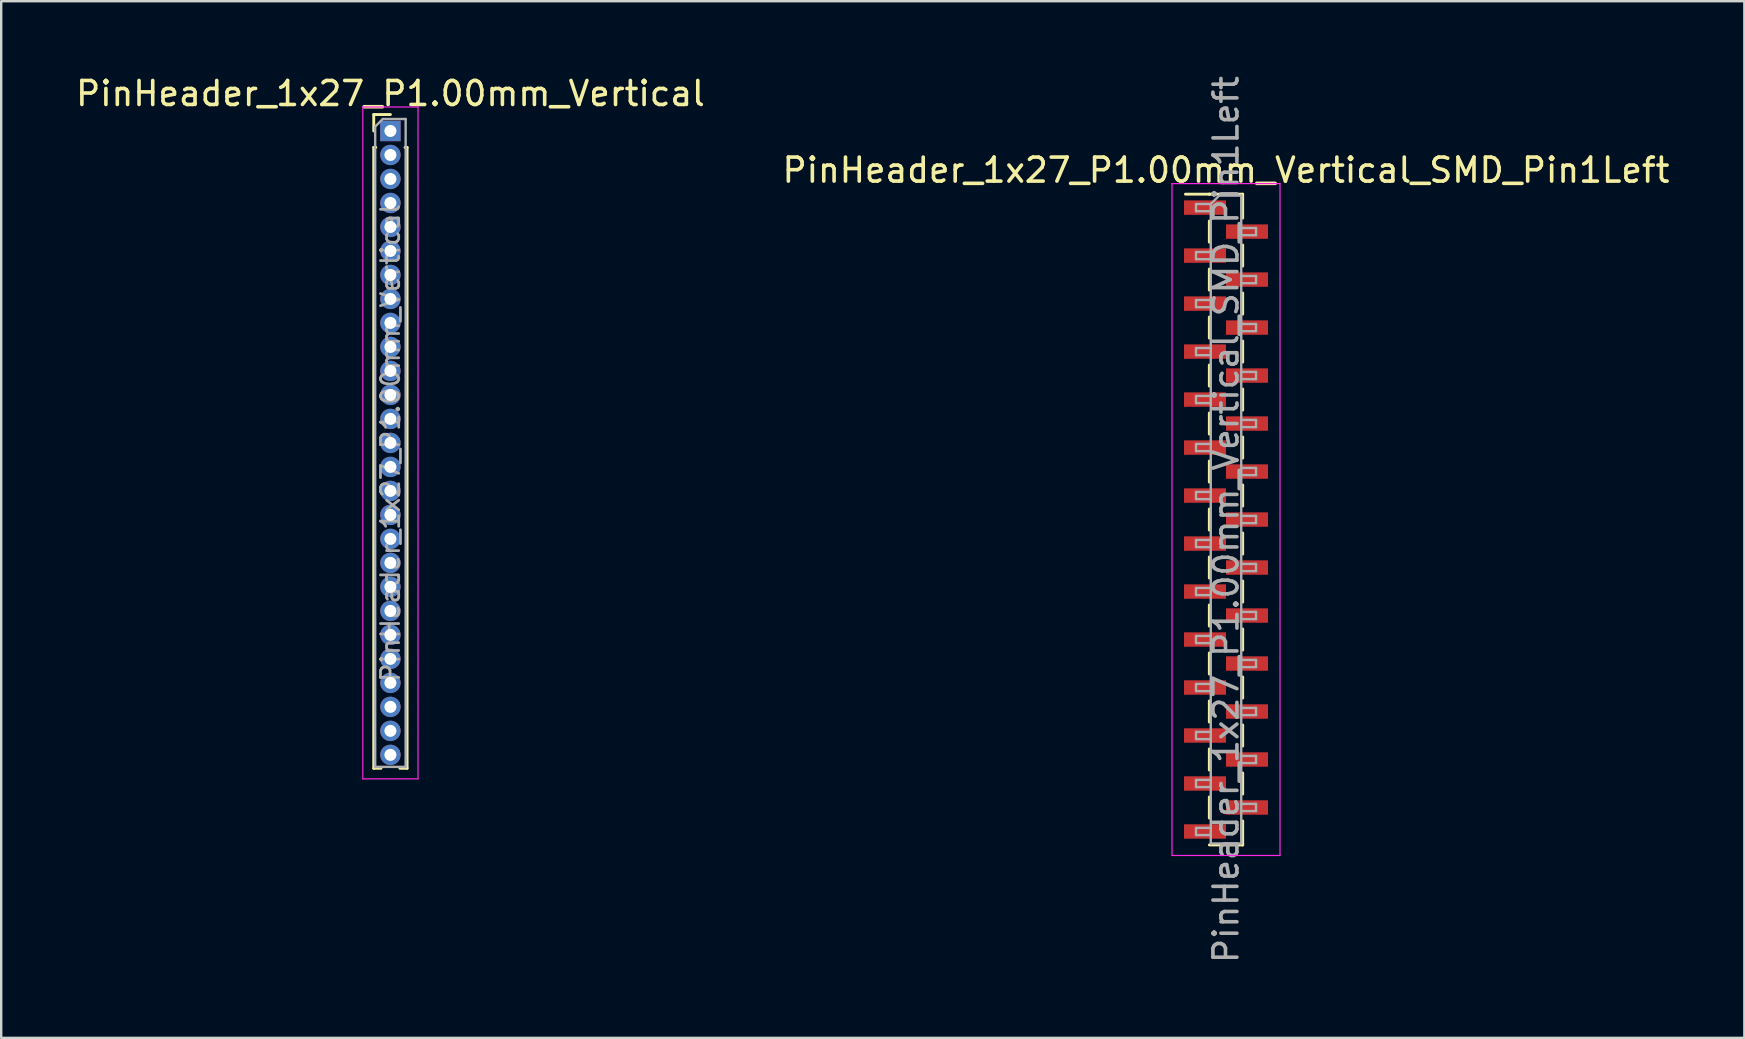
<source format=kicad_pcb>
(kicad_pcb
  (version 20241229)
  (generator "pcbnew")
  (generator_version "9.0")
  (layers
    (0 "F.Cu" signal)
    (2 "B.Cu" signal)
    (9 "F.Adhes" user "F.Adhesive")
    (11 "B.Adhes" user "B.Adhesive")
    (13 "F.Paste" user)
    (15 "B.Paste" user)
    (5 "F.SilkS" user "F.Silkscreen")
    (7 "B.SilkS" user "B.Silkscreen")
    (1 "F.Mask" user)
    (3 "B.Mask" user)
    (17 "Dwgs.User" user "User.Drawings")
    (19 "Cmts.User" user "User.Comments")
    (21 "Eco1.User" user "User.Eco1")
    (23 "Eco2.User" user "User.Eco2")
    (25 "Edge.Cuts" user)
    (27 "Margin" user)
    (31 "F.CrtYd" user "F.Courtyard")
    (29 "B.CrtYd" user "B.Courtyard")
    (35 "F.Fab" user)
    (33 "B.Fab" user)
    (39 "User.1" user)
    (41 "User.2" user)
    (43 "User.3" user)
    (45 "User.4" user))
  (footprint "PinHeader_1x27_P1.00mm_Vertical_SMD_Pin1Left"
    (layer "F.Cu")
    (at 48.042 18.601)
    (property "Reference" "PinHeader_1x27_P1.00mm_Vertical_SMD_Pin1Left" (at 0 -14.56 0) (layer "F.SilkS") (effects (font (size 1 1) (thickness 0.15))))
    (attr smd)
    (fp_line (start -0.695 -13.56) (end -1.69 -13.56) (stroke (width 0.12) (type solid)) (layer "F.SilkS"))
    (fp_line (start -0.695 -13.56) (end -0.695 -13.56) (stroke (width 0.12) (type solid)) (layer "F.SilkS"))
    (fp_line (start -0.695 -13.56) (end 0.695 -13.56) (stroke (width 0.12) (type solid)) (layer "F.SilkS"))
    (fp_line (start -0.695 -12.44) (end -0.695 -11.56) (stroke (width 0.12) (type solid)) (layer "F.SilkS"))
    (fp_line (start -0.695 -10.44) (end -0.695 -9.56) (stroke (width 0.12) (type solid)) (layer "F.SilkS"))
    (fp_line (start -0.695 -8.44) (end -0.695 -7.56) (stroke (width 0.12) (type solid)) (layer "F.SilkS"))
    (fp_line (start -0.695 -6.44) (end -0.695 -5.56) (stroke (width 0.12) (type solid)) (layer "F.SilkS"))
    (fp_line (start -0.695 -4.44) (end -0.695 -3.56) (stroke (width 0.12) (type solid)) (layer "F.SilkS"))
    (fp_line (start -0.695 -2.44) (end -0.695 -1.56) (stroke (width 0.12) (type solid)) (layer "F.SilkS"))
    (fp_line (start -0.695 -0.44) (end -0.695 0.44) (stroke (width 0.12) (type solid)) (layer "F.SilkS"))
    (fp_line (start -0.695 1.56) (end -0.695 2.44) (stroke (width 0.12) (type solid)) (layer "F.SilkS"))
    (fp_line (start -0.695 3.56) (end -0.695 4.44) (stroke (width 0.12) (type solid)) (layer "F.SilkS"))
    (fp_line (start -0.695 5.56) (end -0.695 6.44) (stroke (width 0.12) (type solid)) (layer "F.SilkS"))
    (fp_line (start -0.695 7.56) (end -0.695 8.44) (stroke (width 0.12) (type solid)) (layer "F.SilkS"))
    (fp_line (start -0.695 9.56) (end -0.695 10.44) (stroke (width 0.12) (type solid)) (layer "F.SilkS"))
    (fp_line (start -0.695 11.56) (end -0.695 12.44) (stroke (width 0.12) (type solid)) (layer "F.SilkS"))
    (fp_line (start -0.695 13.56) (end 0.695 13.56) (stroke (width 0.12) (type solid)) (layer "F.SilkS"))
    (fp_line (start 0.695 -13.56) (end 0.695 -12.56) (stroke (width 0.12) (type solid)) (layer "F.SilkS"))
    (fp_line (start 0.695 -11.44) (end 0.695 -10.56) (stroke (width 0.12) (type solid)) (layer "F.SilkS"))
    (fp_line (start 0.695 -9.44) (end 0.695 -8.56) (stroke (width 0.12) (type solid)) (layer "F.SilkS"))
    (fp_line (start 0.695 -7.44) (end 0.695 -6.56) (stroke (width 0.12) (type solid)) (layer "F.SilkS"))
    (fp_line (start 0.695 -5.44) (end 0.695 -4.56) (stroke (width 0.12) (type solid)) (layer "F.SilkS"))
    (fp_line (start 0.695 -3.44) (end 0.695 -2.56) (stroke (width 0.12) (type solid)) (layer "F.SilkS"))
    (fp_line (start 0.695 -1.44) (end 0.695 -0.56) (stroke (width 0.12) (type solid)) (layer "F.SilkS"))
    (fp_line (start 0.695 0.56) (end 0.695 1.44) (stroke (width 0.12) (type solid)) (layer "F.SilkS"))
    (fp_line (start 0.695 2.56) (end 0.695 3.44) (stroke (width 0.12) (type solid)) (layer "F.SilkS"))
    (fp_line (start 0.695 4.56) (end 0.695 5.44) (stroke (width 0.12) (type solid)) (layer "F.SilkS"))
    (fp_line (start 0.695 6.56) (end 0.695 7.44) (stroke (width 0.12) (type solid)) (layer "F.SilkS"))
    (fp_line (start 0.695 8.56) (end 0.695 9.44) (stroke (width 0.12) (type solid)) (layer "F.SilkS"))
    (fp_line (start 0.695 10.56) (end 0.695 11.44) (stroke (width 0.12) (type solid)) (layer "F.SilkS"))
    (fp_line (start 0.695 12.56) (end 0.695 13.56) (stroke (width 0.12) (type solid)) (layer "F.SilkS"))
    (fp_line (start 0.695 13.56) (end 0.695 13.56) (stroke (width 0.12) (type solid)) (layer "F.SilkS"))
    (fp_line (start -2.25 -14) (end -2.25 14) (stroke (width 0.05) (type solid)) (layer "F.CrtYd"))
    (fp_line (start -2.25 14) (end 2.25 14) (stroke (width 0.05) (type solid)) (layer "F.CrtYd"))
    (fp_line (start 2.25 -14) (end -2.25 -14) (stroke (width 0.05) (type solid)) (layer "F.CrtYd"))
    (fp_line (start 2.25 14) (end 2.25 -14) (stroke (width 0.05) (type solid)) (layer "F.CrtYd"))
    (fp_line (start -1.25 -13.15) (end -1.25 -12.85) (stroke (width 0.1) (type solid)) (layer "F.Fab"))
    (fp_line (start -1.25 -12.85) (end -0.635 -12.85) (stroke (width 0.1) (type solid)) (layer "F.Fab"))
    (fp_line (start -1.25 -11.15) (end -1.25 -10.85) (stroke (width 0.1) (type solid)) (layer "F.Fab"))
    (fp_line (start -1.25 -10.85) (end -0.635 -10.85) (stroke (width 0.1) (type solid)) (layer "F.Fab"))
    (fp_line (start -1.25 -9.15) (end -1.25 -8.85) (stroke (width 0.1) (type solid)) (layer "F.Fab"))
    (fp_line (start -1.25 -8.85) (end -0.635 -8.85) (stroke (width 0.1) (type solid)) (layer "F.Fab"))
    (fp_line (start -1.25 -7.15) (end -1.25 -6.85) (stroke (width 0.1) (type solid)) (layer "F.Fab"))
    (fp_line (start -1.25 -6.85) (end -0.635 -6.85) (stroke (width 0.1) (type solid)) (layer "F.Fab"))
    (fp_line (start -1.25 -5.15) (end -1.25 -4.85) (stroke (width 0.1) (type solid)) (layer "F.Fab"))
    (fp_line (start -1.25 -4.85) (end -0.635 -4.85) (stroke (width 0.1) (type solid)) (layer "F.Fab"))
    (fp_line (start -1.25 -3.15) (end -1.25 -2.85) (stroke (width 0.1) (type solid)) (layer "F.Fab"))
    (fp_line (start -1.25 -2.85) (end -0.635 -2.85) (stroke (width 0.1) (type solid)) (layer "F.Fab"))
    (fp_line (start -1.25 -1.15) (end -1.25 -0.85) (stroke (width 0.1) (type solid)) (layer "F.Fab"))
    (fp_line (start -1.25 -0.85) (end -0.635 -0.85) (stroke (width 0.1) (type solid)) (layer "F.Fab"))
    (fp_line (start -1.25 0.85) (end -1.25 1.15) (stroke (width 0.1) (type solid)) (layer "F.Fab"))
    (fp_line (start -1.25 1.15) (end -0.635 1.15) (stroke (width 0.1) (type solid)) (layer "F.Fab"))
    (fp_line (start -1.25 2.85) (end -1.25 3.15) (stroke (width 0.1) (type solid)) (layer "F.Fab"))
    (fp_line (start -1.25 3.15) (end -0.635 3.15) (stroke (width 0.1) (type solid)) (layer "F.Fab"))
    (fp_line (start -1.25 4.85) (end -1.25 5.15) (stroke (width 0.1) (type solid)) (layer "F.Fab"))
    (fp_line (start -1.25 5.15) (end -0.635 5.15) (stroke (width 0.1) (type solid)) (layer "F.Fab"))
    (fp_line (start -1.25 6.85) (end -1.25 7.15) (stroke (width 0.1) (type solid)) (layer "F.Fab"))
    (fp_line (start -1.25 7.15) (end -0.635 7.15) (stroke (width 0.1) (type solid)) (layer "F.Fab"))
    (fp_line (start -1.25 8.85) (end -1.25 9.15) (stroke (width 0.1) (type solid)) (layer "F.Fab"))
    (fp_line (start -1.25 9.15) (end -0.635 9.15) (stroke (width 0.1) (type solid)) (layer "F.Fab"))
    (fp_line (start -1.25 10.85) (end -1.25 11.15) (stroke (width 0.1) (type solid)) (layer "F.Fab"))
    (fp_line (start -1.25 11.15) (end -0.635 11.15) (stroke (width 0.1) (type solid)) (layer "F.Fab"))
    (fp_line (start -1.25 12.85) (end -1.25 13.15) (stroke (width 0.1) (type solid)) (layer "F.Fab"))
    (fp_line (start -1.25 13.15) (end -0.635 13.15) (stroke (width 0.1) (type solid)) (layer "F.Fab"))
    (fp_line (start -0.635 -13.15) (end -1.25 -13.15) (stroke (width 0.1) (type solid)) (layer "F.Fab"))
    (fp_line (start -0.635 -13.15) (end -0.285 -13.5) (stroke (width 0.1) (type solid)) (layer "F.Fab"))
    (fp_line (start -0.635 -11.15) (end -1.25 -11.15) (stroke (width 0.1) (type solid)) (layer "F.Fab"))
    (fp_line (start -0.635 -9.15) (end -1.25 -9.15) (stroke (width 0.1) (type solid)) (layer "F.Fab"))
    (fp_line (start -0.635 -7.15) (end -1.25 -7.15) (stroke (width 0.1) (type solid)) (layer "F.Fab"))
    (fp_line (start -0.635 -5.15) (end -1.25 -5.15) (stroke (width 0.1) (type solid)) (layer "F.Fab"))
    (fp_line (start -0.635 -3.15) (end -1.25 -3.15) (stroke (width 0.1) (type solid)) (layer "F.Fab"))
    (fp_line (start -0.635 -1.15) (end -1.25 -1.15) (stroke (width 0.1) (type solid)) (layer "F.Fab"))
    (fp_line (start -0.635 0.85) (end -1.25 0.85) (stroke (width 0.1) (type solid)) (layer "F.Fab"))
    (fp_line (start -0.635 2.85) (end -1.25 2.85) (stroke (width 0.1) (type solid)) (layer "F.Fab"))
    (fp_line (start -0.635 4.85) (end -1.25 4.85) (stroke (width 0.1) (type solid)) (layer "F.Fab"))
    (fp_line (start -0.635 6.85) (end -1.25 6.85) (stroke (width 0.1) (type solid)) (layer "F.Fab"))
    (fp_line (start -0.635 8.85) (end -1.25 8.85) (stroke (width 0.1) (type solid)) (layer "F.Fab"))
    (fp_line (start -0.635 10.85) (end -1.25 10.85) (stroke (width 0.1) (type solid)) (layer "F.Fab"))
    (fp_line (start -0.635 12.85) (end -1.25 12.85) (stroke (width 0.1) (type solid)) (layer "F.Fab"))
    (fp_line (start -0.635 13.5) (end -0.635 -13.15) (stroke (width 0.1) (type solid)) (layer "F.Fab"))
    (fp_line (start -0.285 -13.5) (end 0.635 -13.5) (stroke (width 0.1) (type solid)) (layer "F.Fab"))
    (fp_line (start 0.635 -13.5) (end 0.635 13.5) (stroke (width 0.1) (type solid)) (layer "F.Fab"))
    (fp_line (start 0.635 -12.15) (end 1.25 -12.15) (stroke (width 0.1) (type solid)) (layer "F.Fab"))
    (fp_line (start 0.635 -10.15) (end 1.25 -10.15) (stroke (width 0.1) (type solid)) (layer "F.Fab"))
    (fp_line (start 0.635 -8.15) (end 1.25 -8.15) (stroke (width 0.1) (type solid)) (layer "F.Fab"))
    (fp_line (start 0.635 -6.15) (end 1.25 -6.15) (stroke (width 0.1) (type solid)) (layer "F.Fab"))
    (fp_line (start 0.635 -4.15) (end 1.25 -4.15) (stroke (width 0.1) (type solid)) (layer "F.Fab"))
    (fp_line (start 0.635 -2.15) (end 1.25 -2.15) (stroke (width 0.1) (type solid)) (layer "F.Fab"))
    (fp_line (start 0.635 -0.15) (end 1.25 -0.15) (stroke (width 0.1) (type solid)) (layer "F.Fab"))
    (fp_line (start 0.635 1.85) (end 1.25 1.85) (stroke (width 0.1) (type solid)) (layer "F.Fab"))
    (fp_line (start 0.635 3.85) (end 1.25 3.85) (stroke (width 0.1) (type solid)) (layer "F.Fab"))
    (fp_line (start 0.635 5.85) (end 1.25 5.85) (stroke (width 0.1) (type solid)) (layer "F.Fab"))
    (fp_line (start 0.635 7.85) (end 1.25 7.85) (stroke (width 0.1) (type solid)) (layer "F.Fab"))
    (fp_line (start 0.635 9.85) (end 1.25 9.85) (stroke (width 0.1) (type solid)) (layer "F.Fab"))
    (fp_line (start 0.635 11.85) (end 1.25 11.85) (stroke (width 0.1) (type solid)) (layer "F.Fab"))
    (fp_line (start 0.635 13.5) (end -0.635 13.5) (stroke (width 0.1) (type solid)) (layer "F.Fab"))
    (fp_line (start 1.25 -12.15) (end 1.25 -11.85) (stroke (width 0.1) (type solid)) (layer "F.Fab"))
    (fp_line (start 1.25 -11.85) (end 0.635 -11.85) (stroke (width 0.1) (type solid)) (layer "F.Fab"))
    (fp_line (start 1.25 -10.15) (end 1.25 -9.85) (stroke (width 0.1) (type solid)) (layer "F.Fab"))
    (fp_line (start 1.25 -9.85) (end 0.635 -9.85) (stroke (width 0.1) (type solid)) (layer "F.Fab"))
    (fp_line (start 1.25 -8.15) (end 1.25 -7.85) (stroke (width 0.1) (type solid)) (layer "F.Fab"))
    (fp_line (start 1.25 -7.85) (end 0.635 -7.85) (stroke (width 0.1) (type solid)) (layer "F.Fab"))
    (fp_line (start 1.25 -6.15) (end 1.25 -5.85) (stroke (width 0.1) (type solid)) (layer "F.Fab"))
    (fp_line (start 1.25 -5.85) (end 0.635 -5.85) (stroke (width 0.1) (type solid)) (layer "F.Fab"))
    (fp_line (start 1.25 -4.15) (end 1.25 -3.85) (stroke (width 0.1) (type solid)) (layer "F.Fab"))
    (fp_line (start 1.25 -3.85) (end 0.635 -3.85) (stroke (width 0.1) (type solid)) (layer "F.Fab"))
    (fp_line (start 1.25 -2.15) (end 1.25 -1.85) (stroke (width 0.1) (type solid)) (layer "F.Fab"))
    (fp_line (start 1.25 -1.85) (end 0.635 -1.85) (stroke (width 0.1) (type solid)) (layer "F.Fab"))
    (fp_line (start 1.25 -0.15) (end 1.25 0.15) (stroke (width 0.1) (type solid)) (layer "F.Fab"))
    (fp_line (start 1.25 0.15) (end 0.635 0.15) (stroke (width 0.1) (type solid)) (layer "F.Fab"))
    (fp_line (start 1.25 1.85) (end 1.25 2.15) (stroke (width 0.1) (type solid)) (layer "F.Fab"))
    (fp_line (start 1.25 2.15) (end 0.635 2.15) (stroke (width 0.1) (type solid)) (layer "F.Fab"))
    (fp_line (start 1.25 3.85) (end 1.25 4.15) (stroke (width 0.1) (type solid)) (layer "F.Fab"))
    (fp_line (start 1.25 4.15) (end 0.635 4.15) (stroke (width 0.1) (type solid)) (layer "F.Fab"))
    (fp_line (start 1.25 5.85) (end 1.25 6.15) (stroke (width 0.1) (type solid)) (layer "F.Fab"))
    (fp_line (start 1.25 6.15) (end 0.635 6.15) (stroke (width 0.1) (type solid)) (layer "F.Fab"))
    (fp_line (start 1.25 7.85) (end 1.25 8.15) (stroke (width 0.1) (type solid)) (layer "F.Fab"))
    (fp_line (start 1.25 8.15) (end 0.635 8.15) (stroke (width 0.1) (type solid)) (layer "F.Fab"))
    (fp_line (start 1.25 9.85) (end 1.25 10.15) (stroke (width 0.1) (type solid)) (layer "F.Fab"))
    (fp_line (start 1.25 10.15) (end 0.635 10.15) (stroke (width 0.1) (type solid)) (layer "F.Fab"))
    (fp_line (start 1.25 11.85) (end 1.25 12.15) (stroke (width 0.1) (type solid)) (layer "F.Fab"))
    (fp_line (start 1.25 12.15) (end 0.635 12.15) (stroke (width 0.1) (type solid)) (layer "F.Fab"))
    (fp_text user "${REFERENCE}" (at 0 0 90) (layer "F.Fab") (effects (font (size 1 1) (thickness 0.15))))
    (pad "1" smd rect (at -0.875 -13) (size 1.75 0.6) (layers "F.Cu" "F.Mask" "F.Paste"))
    (pad "2" smd rect (at 0.875 -12) (size 1.75 0.6) (layers "F.Cu" "F.Mask" "F.Paste"))
    (pad "3" smd rect (at -0.875 -11) (size 1.75 0.6) (layers "F.Cu" "F.Mask" "F.Paste"))
    (pad "4" smd rect (at 0.875 -10) (size 1.75 0.6) (layers "F.Cu" "F.Mask" "F.Paste"))
    (pad "5" smd rect (at -0.875 -9) (size 1.75 0.6) (layers "F.Cu" "F.Mask" "F.Paste"))
    (pad "6" smd rect (at 0.875 -8) (size 1.75 0.6) (layers "F.Cu" "F.Mask" "F.Paste"))
    (pad "7" smd rect (at -0.875 -7) (size 1.75 0.6) (layers "F.Cu" "F.Mask" "F.Paste"))
    (pad "8" smd rect (at 0.875 -6) (size 1.75 0.6) (layers "F.Cu" "F.Mask" "F.Paste"))
    (pad "9" smd rect (at -0.875 -5) (size 1.75 0.6) (layers "F.Cu" "F.Mask" "F.Paste"))
    (pad "10" smd rect (at 0.875 -4) (size 1.75 0.6) (layers "F.Cu" "F.Mask" "F.Paste"))
    (pad "11" smd rect (at -0.875 -3) (size 1.75 0.6) (layers "F.Cu" "F.Mask" "F.Paste"))
    (pad "12" smd rect (at 0.875 -2) (size 1.75 0.6) (layers "F.Cu" "F.Mask" "F.Paste"))
    (pad "13" smd rect (at -0.875 -1) (size 1.75 0.6) (layers "F.Cu" "F.Mask" "F.Paste"))
    (pad "14" smd rect (at 0.875 0) (size 1.75 0.6) (layers "F.Cu" "F.Mask" "F.Paste"))
    (pad "15" smd rect (at -0.875 1) (size 1.75 0.6) (layers "F.Cu" "F.Mask" "F.Paste"))
    (pad "16" smd rect (at 0.875 2) (size 1.75 0.6) (layers "F.Cu" "F.Mask" "F.Paste"))
    (pad "17" smd rect (at -0.875 3) (size 1.75 0.6) (layers "F.Cu" "F.Mask" "F.Paste"))
    (pad "18" smd rect (at 0.875 4) (size 1.75 0.6) (layers "F.Cu" "F.Mask" "F.Paste"))
    (pad "19" smd rect (at -0.875 5) (size 1.75 0.6) (layers "F.Cu" "F.Mask" "F.Paste"))
    (pad "20" smd rect (at 0.875 6) (size 1.75 0.6) (layers "F.Cu" "F.Mask" "F.Paste"))
    (pad "21" smd rect (at -0.875 7) (size 1.75 0.6) (layers "F.Cu" "F.Mask" "F.Paste"))
    (pad "22" smd rect (at 0.875 8) (size 1.75 0.6) (layers "F.Cu" "F.Mask" "F.Paste"))
    (pad "23" smd rect (at -0.875 9) (size 1.75 0.6) (layers "F.Cu" "F.Mask" "F.Paste"))
    (pad "24" smd rect (at 0.875 10) (size 1.75 0.6) (layers "F.Cu" "F.Mask" "F.Paste"))
    (pad "25" smd rect (at -0.875 11) (size 1.75 0.6) (layers "F.Cu" "F.Mask" "F.Paste"))
    (pad "26" smd rect (at 0.875 12) (size 1.75 0.6) (layers "F.Cu" "F.Mask" "F.Paste"))
    (pad "27" smd rect (at -0.875 13) (size 1.75 0.6) (layers "F.Cu" "F.Mask" "F.Paste")))
  (footprint "PinHeader_1x27_P1.00mm_Vertical"
    (layer "F.Cu")
    (at 13.22 2.408)
    (property "Reference" "PinHeader_1x27_P1.00mm_Vertical" (at 0 -1.56 0) (layer "F.SilkS") (effects (font (size 1 1) (thickness 0.15))))
    (attr through_hole)
    (fp_line (start -0.695 -0.685) (end 0 -0.685) (stroke (width 0.12) (type solid)) (layer "F.SilkS"))
    (fp_line (start -0.695 0) (end -0.695 -0.685) (stroke (width 0.12) (type solid)) (layer "F.SilkS"))
    (fp_line (start -0.695 0.685) (end -0.695 26.56) (stroke (width 0.12) (type solid)) (layer "F.SilkS"))
    (fp_line (start -0.695 0.685) (end -0.608 0.685) (stroke (width 0.12) (type solid)) (layer "F.SilkS"))
    (fp_line (start -0.695 26.56) (end -0.394 26.56) (stroke (width 0.12) (type solid)) (layer "F.SilkS"))
    (fp_line (start 0.394 26.56) (end 0.695 26.56) (stroke (width 0.12) (type solid)) (layer "F.SilkS"))
    (fp_line (start 0.608 0.685) (end 0.695 0.685) (stroke (width 0.12) (type solid)) (layer "F.SilkS"))
    (fp_line (start 0.695 0.685) (end 0.695 26.56) (stroke (width 0.12) (type solid)) (layer "F.SilkS"))
    (fp_line (start -1.15 -1) (end -1.15 27) (stroke (width 0.05) (type solid)) (layer "F.CrtYd"))
    (fp_line (start -1.15 27) (end 1.15 27) (stroke (width 0.05) (type solid)) (layer "F.CrtYd"))
    (fp_line (start 1.15 -1) (end -1.15 -1) (stroke (width 0.05) (type solid)) (layer "F.CrtYd"))
    (fp_line (start 1.15 27) (end 1.15 -1) (stroke (width 0.05) (type solid)) (layer "F.CrtYd"))
    (fp_line (start -0.635 -0.182) (end -0.318 -0.5) (stroke (width 0.1) (type solid)) (layer "F.Fab"))
    (fp_line (start -0.635 26.5) (end -0.635 -0.182) (stroke (width 0.1) (type solid)) (layer "F.Fab"))
    (fp_line (start -0.318 -0.5) (end 0.635 -0.5) (stroke (width 0.1) (type solid)) (layer "F.Fab"))
    (fp_line (start 0.635 -0.5) (end 0.635 26.5) (stroke (width 0.1) (type solid)) (layer "F.Fab"))
    (fp_line (start 0.635 26.5) (end -0.635 26.5) (stroke (width 0.1) (type solid)) (layer "F.Fab"))
    (fp_text user "${REFERENCE}" (at 0 13 90) (layer "F.Fab") (effects (font (size 0.76 0.76) (thickness 0.114))))
    (pad "1" thru_hole rect (at 0 0) (size 0.85 0.85) (drill 0.5) (layers "*.Cu" "*.Mask"))
    (pad "2" thru_hole oval (at 0 1) (size 0.85 0.85) (drill 0.5) (layers "*.Cu" "*.Mask"))
    (pad "3" thru_hole oval (at 0 2) (size 0.85 0.85) (drill 0.5) (layers "*.Cu" "*.Mask"))
    (pad "4" thru_hole oval (at 0 3) (size 0.85 0.85) (drill 0.5) (layers "*.Cu" "*.Mask"))
    (pad "5" thru_hole oval (at 0 4) (size 0.85 0.85) (drill 0.5) (layers "*.Cu" "*.Mask"))
    (pad "6" thru_hole oval (at 0 5) (size 0.85 0.85) (drill 0.5) (layers "*.Cu" "*.Mask"))
    (pad "7" thru_hole oval (at 0 6) (size 0.85 0.85) (drill 0.5) (layers "*.Cu" "*.Mask"))
    (pad "8" thru_hole oval (at 0 7) (size 0.85 0.85) (drill 0.5) (layers "*.Cu" "*.Mask"))
    (pad "9" thru_hole oval (at 0 8) (size 0.85 0.85) (drill 0.5) (layers "*.Cu" "*.Mask"))
    (pad "10" thru_hole oval (at 0 9) (size 0.85 0.85) (drill 0.5) (layers "*.Cu" "*.Mask"))
    (pad "11" thru_hole oval (at 0 10) (size 0.85 0.85) (drill 0.5) (layers "*.Cu" "*.Mask"))
    (pad "12" thru_hole oval (at 0 11) (size 0.85 0.85) (drill 0.5) (layers "*.Cu" "*.Mask"))
    (pad "13" thru_hole oval (at 0 12) (size 0.85 0.85) (drill 0.5) (layers "*.Cu" "*.Mask"))
    (pad "14" thru_hole oval (at 0 13) (size 0.85 0.85) (drill 0.5) (layers "*.Cu" "*.Mask"))
    (pad "15" thru_hole oval (at 0 14) (size 0.85 0.85) (drill 0.5) (layers "*.Cu" "*.Mask"))
    (pad "16" thru_hole oval (at 0 15) (size 0.85 0.85) (drill 0.5) (layers "*.Cu" "*.Mask"))
    (pad "17" thru_hole oval (at 0 16) (size 0.85 0.85) (drill 0.5) (layers "*.Cu" "*.Mask"))
    (pad "18" thru_hole oval (at 0 17) (size 0.85 0.85) (drill 0.5) (layers "*.Cu" "*.Mask"))
    (pad "19" thru_hole oval (at 0 18) (size 0.85 0.85) (drill 0.5) (layers "*.Cu" "*.Mask"))
    (pad "20" thru_hole oval (at 0 19) (size 0.85 0.85) (drill 0.5) (layers "*.Cu" "*.Mask"))
    (pad "21" thru_hole oval (at 0 20) (size 0.85 0.85) (drill 0.5) (layers "*.Cu" "*.Mask"))
    (pad "22" thru_hole oval (at 0 21) (size 0.85 0.85) (drill 0.5) (layers "*.Cu" "*.Mask"))
    (pad "23" thru_hole oval (at 0 22) (size 0.85 0.85) (drill 0.5) (layers "*.Cu" "*.Mask"))
    (pad "24" thru_hole oval (at 0 23) (size 0.85 0.85) (drill 0.5) (layers "*.Cu" "*.Mask"))
    (pad "25" thru_hole oval (at 0 24) (size 0.85 0.85) (drill 0.5) (layers "*.Cu" "*.Mask"))
    (pad "26" thru_hole oval (at 0 25) (size 0.85 0.85) (drill 0.5) (layers "*.Cu" "*.Mask"))
    (pad "27" thru_hole oval (at 0 26) (size 0.85 0.85) (drill 0.5) (layers "*.Cu" "*.Mask")))
  (gr_rect
    (start -3 -3)
    (end 69.643 40.202)
    (stroke (width 0.1) (type default))
    (fill no)
    (layer "Edge.Cuts")))
</source>
